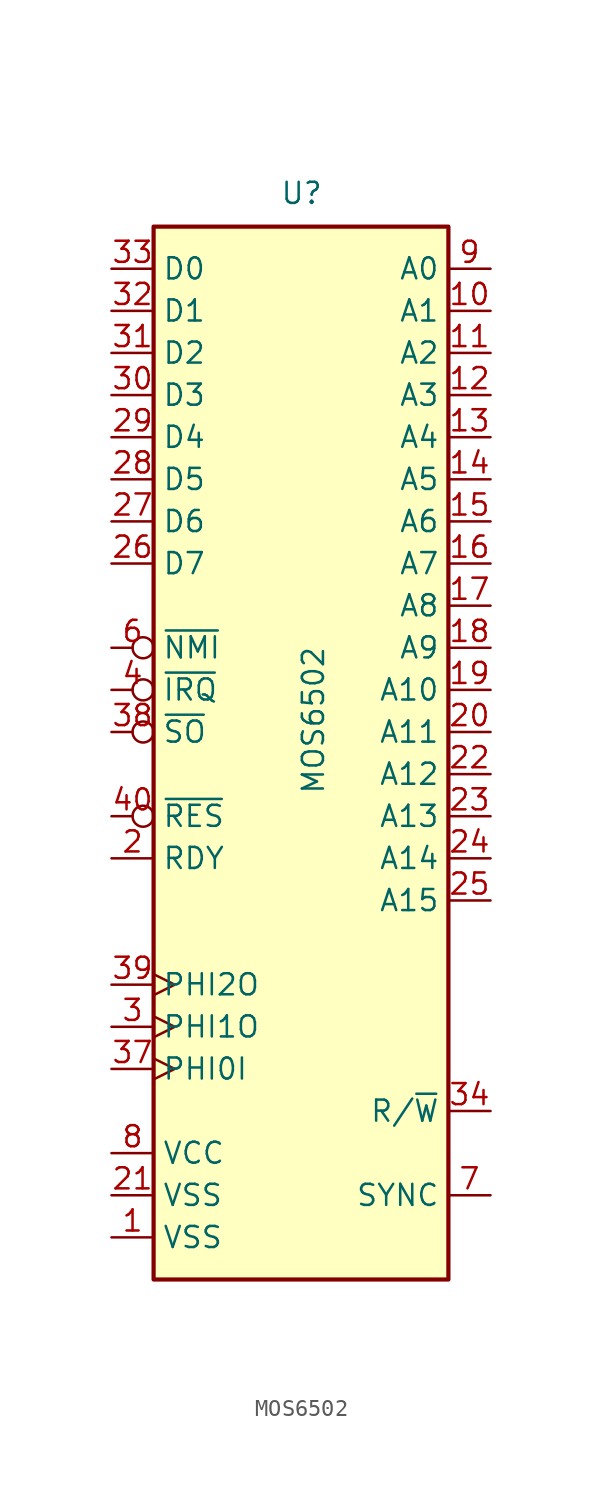
<source format=kicad_sym>
(kicad_symbol_lib
  (version 20220914)
  (generator kicad_symbol_editor)
  (symbol "MOS6502"
    (property "Reference" "U"
      (at -1.27 31.75 0)
      (effects (font (size 1.27 1.27)) (justify left bottom)))
    (property "Value" "MOS6502"
      (at 0 -3.81 90)
      (effects (font (size 1.27 1.27)) (justify left top)))
    (symbol "MOS6502_0_1"
      (rectangle (start -8.89 -33.02) (end 8.89 30.48) (stroke (width 0.254) (type default)) (fill (type background))))
    (symbol "MOS6502_1_1"
      (pin power_in line (at -11.43 -30.48 0) (length 2.54) (name "VSS" (effects (font (size 1.27 1.27)))) (number "1" (effects (font (size 1.27 1.27)))))
      (pin output line (at 11.43 25.4 180) (length 2.54) (name "A1" (effects (font (size 1.27 1.27)))) (number "10" (effects (font (size 1.27 1.27)))))
      (pin output line (at 11.43 22.86 180) (length 2.54) (name "A2" (effects (font (size 1.27 1.27)))) (number "11" (effects (font (size 1.27 1.27)))))
      (pin output line (at 11.43 20.32 180) (length 2.54) (name "A3" (effects (font (size 1.27 1.27)))) (number "12" (effects (font (size 1.27 1.27)))))
      (pin output line (at 11.43 17.78 180) (length 2.54) (name "A4" (effects (font (size 1.27 1.27)))) (number "13" (effects (font (size 1.27 1.27)))))
      (pin output line (at 11.43 15.24 180) (length 2.54) (name "A5" (effects (font (size 1.27 1.27)))) (number "14" (effects (font (size 1.27 1.27)))))
      (pin output line (at 11.43 12.7 180) (length 2.54) (name "A6" (effects (font (size 1.27 1.27)))) (number "15" (effects (font (size 1.27 1.27)))))
      (pin output line (at 11.43 10.16 180) (length 2.54) (name "A7" (effects (font (size 1.27 1.27)))) (number "16" (effects (font (size 1.27 1.27)))))
      (pin output line (at 11.43 7.62 180) (length 2.54) (name "A8" (effects (font (size 1.27 1.27)))) (number "17" (effects (font (size 1.27 1.27)))))
      (pin output line (at 11.43 5.08 180) (length 2.54) (name "A9" (effects (font (size 1.27 1.27)))) (number "18" (effects (font (size 1.27 1.27)))))
      (pin output line (at 11.43 2.54 180) (length 2.54) (name "A10" (effects (font (size 1.27 1.27)))) (number "19" (effects (font (size 1.27 1.27)))))
      (pin input line (at -11.43 -7.62 0) (length 2.54) (name "RDY" (effects (font (size 1.27 1.27)))) (number "2" (effects (font (size 1.27 1.27)))))
      (pin output line (at 11.43 0 180) (length 2.54) (name "A11" (effects (font (size 1.27 1.27)))) (number "20" (effects (font (size 1.27 1.27)))))
      (pin power_in line (at -11.43 -27.94 0) (length 2.54) (name "VSS" (effects (font (size 1.27 1.27)))) (number "21" (effects (font (size 1.27 1.27)))))
      (pin output line (at 11.43 -2.54 180) (length 2.54) (name "A12" (effects (font (size 1.27 1.27)))) (number "22" (effects (font (size 1.27 1.27)))))
      (pin output line (at 11.43 -5.08 180) (length 2.54) (name "A13" (effects (font (size 1.27 1.27)))) (number "23" (effects (font (size 1.27 1.27)))))
      (pin output line (at 11.43 -7.62 180) (length 2.54) (name "A14" (effects (font (size 1.27 1.27)))) (number "24" (effects (font (size 1.27 1.27)))))
      (pin output line (at 11.43 -10.16 180) (length 2.54) (name "A15" (effects (font (size 1.27 1.27)))) (number "25" (effects (font (size 1.27 1.27)))))
      (pin bidirectional line (at -11.43 10.16 0) (length 2.54) (name "D7" (effects (font (size 1.27 1.27)))) (number "26" (effects (font (size 1.27 1.27)))))
      (pin bidirectional line (at -11.43 12.7 0) (length 2.54) (name "D6" (effects (font (size 1.27 1.27)))) (number "27" (effects (font (size 1.27 1.27)))))
      (pin bidirectional line (at -11.43 15.24 0) (length 2.54) (name "D5" (effects (font (size 1.27 1.27)))) (number "28" (effects (font (size 1.27 1.27)))))
      (pin bidirectional line (at -11.43 17.78 0) (length 2.54) (name "D4" (effects (font (size 1.27 1.27)))) (number "29" (effects (font (size 1.27 1.27)))))
      (pin output clock (at -11.43 -17.78 0) (length 2.54) (name "PHI1O" (effects (font (size 1.27 1.27)))) (number "3" (effects (font (size 1.27 1.27)))))
      (pin bidirectional line (at -11.43 20.32 0) (length 2.54) (name "D3" (effects (font (size 1.27 1.27)))) (number "30" (effects (font (size 1.27 1.27)))))
      (pin bidirectional line (at -11.43 22.86 0) (length 2.54) (name "D2" (effects (font (size 1.27 1.27)))) (number "31" (effects (font (size 1.27 1.27)))))
      (pin bidirectional line (at -11.43 25.4 0) (length 2.54) (name "D1" (effects (font (size 1.27 1.27)))) (number "32" (effects (font (size 1.27 1.27)))))
      (pin bidirectional line (at -11.43 27.94 0) (length 2.54) (name "D0" (effects (font (size 1.27 1.27)))) (number "33" (effects (font (size 1.27 1.27)))))
      (pin output line (at 11.43 -22.86 180) (length 2.54) (name "R/~{W}" (effects (font (size 1.27 1.27)))) (number "34" (effects (font (size 1.27 1.27)))))
      (pin input clock (at -11.43 -20.32 0) (length 2.54) (name "PHI0I" (effects (font (size 1.27 1.27)))) (number "37" (effects (font (size 1.27 1.27)))))
      (pin input inverted (at -11.43 0 0) (length 2.54) (name "~{SO}" (effects (font (size 1.27 1.27)))) (number "38" (effects (font (size 1.27 1.27)))))
      (pin output clock (at -11.43 -15.24 0) (length 2.54) (name "PHI2O" (effects (font (size 1.27 1.27)))) (number "39" (effects (font (size 1.27 1.27)))))
      (pin input inverted (at -11.43 2.54 0) (length 2.54) (name "~{IRQ}" (effects (font (size 1.27 1.27)))) (number "4" (effects (font (size 1.27 1.27)))))
      (pin input inverted (at -11.43 -5.08 0) (length 2.54) (name "~{RES}" (effects (font (size 1.27 1.27)))) (number "40" (effects (font (size 1.27 1.27)))))
      (pin input inverted (at -11.43 5.08 0) (length 2.54) (name "~{NMI}" (effects (font (size 1.27 1.27)))) (number "6" (effects (font (size 1.27 1.27)))))
      (pin output line (at 11.43 -27.94 180) (length 2.54) (name "SYNC" (effects (font (size 1.27 1.27)))) (number "7" (effects (font (size 1.27 1.27)))))
      (pin power_in line (at -11.43 -25.4 0) (length 2.54) (name "VCC" (effects (font (size 1.27 1.27)))) (number "8" (effects (font (size 1.27 1.27)))))
      (pin output line (at 11.43 27.94 180) (length 2.54) (name "A0" (effects (font (size 1.27 1.27)))) (number "9" (effects (font (size 1.27 1.27))))))))
</source>
